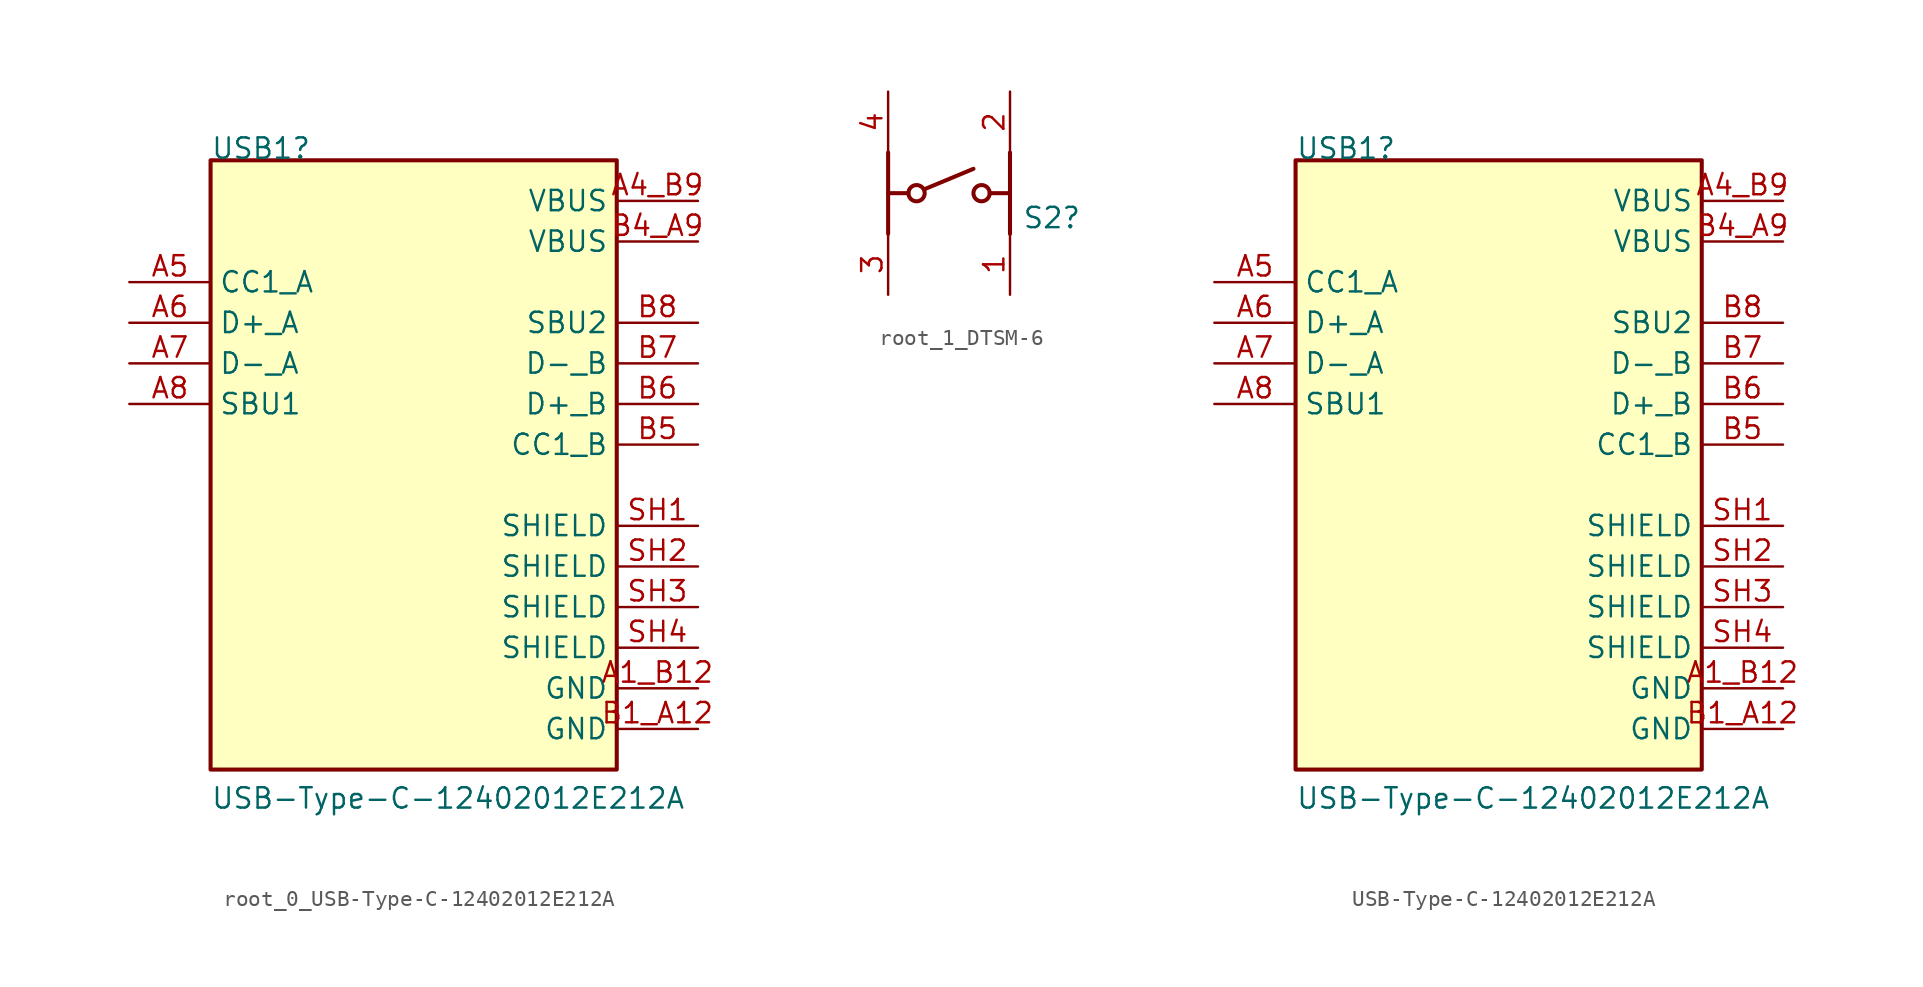
<source format=kicad_sym>
(kicad_symbol_lib
  (version 20231120)
  (generator "kicad_symbol_editor")
  (generator_version "8.0")
  (symbol "root_0_USB-Type-C-12402012E212A"
    (property "Reference" "USB1"
      (at -12.7 12.7 0)
      (effects (font (size 1.27 1.27)) (justify left bottom)))
    (property "Value" "USB-Type-C-12402012E212A"
      (at -12.7 -27.94 0)
      (effects (font (size 1.27 1.27)) (justify left bottom)))
    (symbol "root_0_USB-Type-C-12402012E212A_1_0"
      (rectangle (start 12.7 12.7) (end -12.7 -25.4) (stroke (width 0.254) (type solid) (color 128 0 0 1)) (fill (type background)))
      (pin power_in line (at 17.78 -20.32 180) (length 5.08) (name "GND" (effects (font (size 1.27 1.27)))) (number "A1_B12" (effects (font (size 1.27 1.27)))))
      (pin power_in line (at 17.78 10.16 180) (length 5.08) (name "VBUS" (effects (font (size 1.27 1.27)))) (number "A4_B9" (effects (font (size 1.27 1.27)))))
      (pin bidirectional line (at -17.78 5.08 0) (length 5.08) (name "CC1_A" (effects (font (size 1.27 1.27)))) (number "A5" (effects (font (size 1.27 1.27)))))
      (pin bidirectional line (at -17.78 2.54 0) (length 5.08) (name "D+_A" (effects (font (size 1.27 1.27)))) (number "A6" (effects (font (size 1.27 1.27)))))
      (pin bidirectional line (at -17.78 0 0) (length 5.08) (name "D-_A" (effects (font (size 1.27 1.27)))) (number "A7" (effects (font (size 1.27 1.27)))))
      (pin bidirectional line (at -17.78 -2.54 0) (length 5.08) (name "SBU1" (effects (font (size 1.27 1.27)))) (number "A8" (effects (font (size 1.27 1.27)))))
      (pin power_in line (at 17.78 -22.86 180) (length 5.08) (name "GND" (effects (font (size 1.27 1.27)))) (number "B1_A12" (effects (font (size 1.27 1.27)))))
      (pin power_in line (at 17.78 7.62 180) (length 5.08) (name "VBUS" (effects (font (size 1.27 1.27)))) (number "B4_A9" (effects (font (size 1.27 1.27)))))
      (pin bidirectional line (at 17.78 -5.08 180) (length 5.08) (name "CC1_B" (effects (font (size 1.27 1.27)))) (number "B5" (effects (font (size 1.27 1.27)))))
      (pin bidirectional line (at 17.78 -2.54 180) (length 5.08) (name "D+_B" (effects (font (size 1.27 1.27)))) (number "B6" (effects (font (size 1.27 1.27)))))
      (pin bidirectional line (at 17.78 0 180) (length 5.08) (name "D-_B" (effects (font (size 1.27 1.27)))) (number "B7" (effects (font (size 1.27 1.27)))))
      (pin bidirectional line (at 17.78 2.54 180) (length 5.08) (name "SBU2" (effects (font (size 1.27 1.27)))) (number "B8" (effects (font (size 1.27 1.27)))))
      (pin passive line (at 17.78 -10.16 180) (length 5.08) (name "SHIELD" (effects (font (size 1.27 1.27)))) (number "SH1" (effects (font (size 1.27 1.27)))))
      (pin passive line (at 17.78 -12.7 180) (length 5.08) (name "SHIELD" (effects (font (size 1.27 1.27)))) (number "SH2" (effects (font (size 1.27 1.27)))))
      (pin passive line (at 17.78 -15.24 180) (length 5.08) (name "SHIELD" (effects (font (size 1.27 1.27)))) (number "SH3" (effects (font (size 1.27 1.27)))))
      (pin passive line (at 17.78 -17.78 180) (length 5.08) (name "SHIELD" (effects (font (size 1.27 1.27)))) (number "SH4" (effects (font (size 1.27 1.27)))))))
  (symbol "root_1_DTSM-6"
    (property "Reference" "S2"
      (at 8.382 4.064 0)
      (effects (font (size 1.27 1.27)) (justify left bottom)))
    (symbol "root_1_DTSM-6_1_0"
      (polyline (pts (xy 0 3.81) (xy 0 8.89)) (stroke (width 0.254) (type solid) (color 128 0 0 1)) (fill (type none)))
      (polyline (pts (xy 0 6.35) (xy 1.27 6.35)) (stroke (width 0.254) (type solid) (color 128 0 0 1)) (fill (type none)))
      (polyline (pts (xy 2.286 6.604) (xy 5.334 7.874)) (stroke (width 0.254) (type solid) (color 128 0 0 1)) (fill (type none)))
      (polyline (pts (xy 7.62 6.35) (xy 6.35 6.35)) (stroke (width 0.254) (type solid) (color 128 0 0 1)) (fill (type none)))
      (polyline (pts (xy 7.62 8.89) (xy 7.62 3.81)) (stroke (width 0.254) (type solid) (color 128 0 0 1)) (fill (type none)))
      (circle (center 1.778 6.35) (radius 0.508) (stroke (width 0.254) (type solid) (color 128 0 0 1)) (fill (type none)))
      (circle (center 5.842 6.35) (radius 0.508) (stroke (width 0.254) (type solid) (color 128 0 0 1)) (fill (type none)))
      (pin passive line (at 7.62 0 90) (length 3.81) (name "1" (effects (font (size 0 0)))) (number "1" (effects (font (size 1.27 1.27)))))
      (pin passive line (at 7.62 12.7 270) (length 3.81) (name "2" (effects (font (size 0 0)))) (number "2" (effects (font (size 1.27 1.27)))))
      (pin passive line (at 0 0 90) (length 3.81) (name "3" (effects (font (size 0 0)))) (number "3" (effects (font (size 1.27 1.27)))))
      (pin passive line (at 0 12.7 270) (length 3.81) (name "4" (effects (font (size 0 0)))) (number "4" (effects (font (size 1.27 1.27)))))))
  (symbol "USB-Type-C-12402012E212A"
    (property "Reference" "USB1"
      (at -12.7 12.7 0)
      (effects (font (size 1.27 1.27)) (justify left bottom)))
    (property "Value" "USB-Type-C-12402012E212A"
      (at -12.7 -27.94 0)
      (effects (font (size 1.27 1.27)) (justify left bottom)))
    (symbol "USB-Type-C-12402012E212A_1_0"
      (rectangle (start 12.7 12.7) (end -12.7 -25.4) (stroke (width 0.254) (type solid) (color 128 0 0 1)) (fill (type background)))
      (pin power_in line (at 17.78 -20.32 180) (length 5.08) (name "GND" (effects (font (size 1.27 1.27)))) (number "A1_B12" (effects (font (size 1.27 1.27)))))
      (pin power_in line (at 17.78 10.16 180) (length 5.08) (name "VBUS" (effects (font (size 1.27 1.27)))) (number "A4_B9" (effects (font (size 1.27 1.27)))))
      (pin bidirectional line (at -17.78 5.08 0) (length 5.08) (name "CC1_A" (effects (font (size 1.27 1.27)))) (number "A5" (effects (font (size 1.27 1.27)))))
      (pin bidirectional line (at -17.78 2.54 0) (length 5.08) (name "D+_A" (effects (font (size 1.27 1.27)))) (number "A6" (effects (font (size 1.27 1.27)))))
      (pin bidirectional line (at -17.78 0 0) (length 5.08) (name "D-_A" (effects (font (size 1.27 1.27)))) (number "A7" (effects (font (size 1.27 1.27)))))
      (pin bidirectional line (at -17.78 -2.54 0) (length 5.08) (name "SBU1" (effects (font (size 1.27 1.27)))) (number "A8" (effects (font (size 1.27 1.27)))))
      (pin power_in line (at 17.78 -22.86 180) (length 5.08) (name "GND" (effects (font (size 1.27 1.27)))) (number "B1_A12" (effects (font (size 1.27 1.27)))))
      (pin power_in line (at 17.78 7.62 180) (length 5.08) (name "VBUS" (effects (font (size 1.27 1.27)))) (number "B4_A9" (effects (font (size 1.27 1.27)))))
      (pin bidirectional line (at 17.78 -5.08 180) (length 5.08) (name "CC1_B" (effects (font (size 1.27 1.27)))) (number "B5" (effects (font (size 1.27 1.27)))))
      (pin bidirectional line (at 17.78 -2.54 180) (length 5.08) (name "D+_B" (effects (font (size 1.27 1.27)))) (number "B6" (effects (font (size 1.27 1.27)))))
      (pin bidirectional line (at 17.78 0 180) (length 5.08) (name "D-_B" (effects (font (size 1.27 1.27)))) (number "B7" (effects (font (size 1.27 1.27)))))
      (pin bidirectional line (at 17.78 2.54 180) (length 5.08) (name "SBU2" (effects (font (size 1.27 1.27)))) (number "B8" (effects (font (size 1.27 1.27)))))
      (pin passive line (at 17.78 -10.16 180) (length 5.08) (name "SHIELD" (effects (font (size 1.27 1.27)))) (number "SH1" (effects (font (size 1.27 1.27)))))
      (pin passive line (at 17.78 -12.7 180) (length 5.08) (name "SHIELD" (effects (font (size 1.27 1.27)))) (number "SH2" (effects (font (size 1.27 1.27)))))
      (pin passive line (at 17.78 -15.24 180) (length 5.08) (name "SHIELD" (effects (font (size 1.27 1.27)))) (number "SH3" (effects (font (size 1.27 1.27)))))
      (pin passive line (at 17.78 -17.78 180) (length 5.08) (name "SHIELD" (effects (font (size 1.27 1.27)))) (number "SH4" (effects (font (size 1.27 1.27))))))))
</source>
